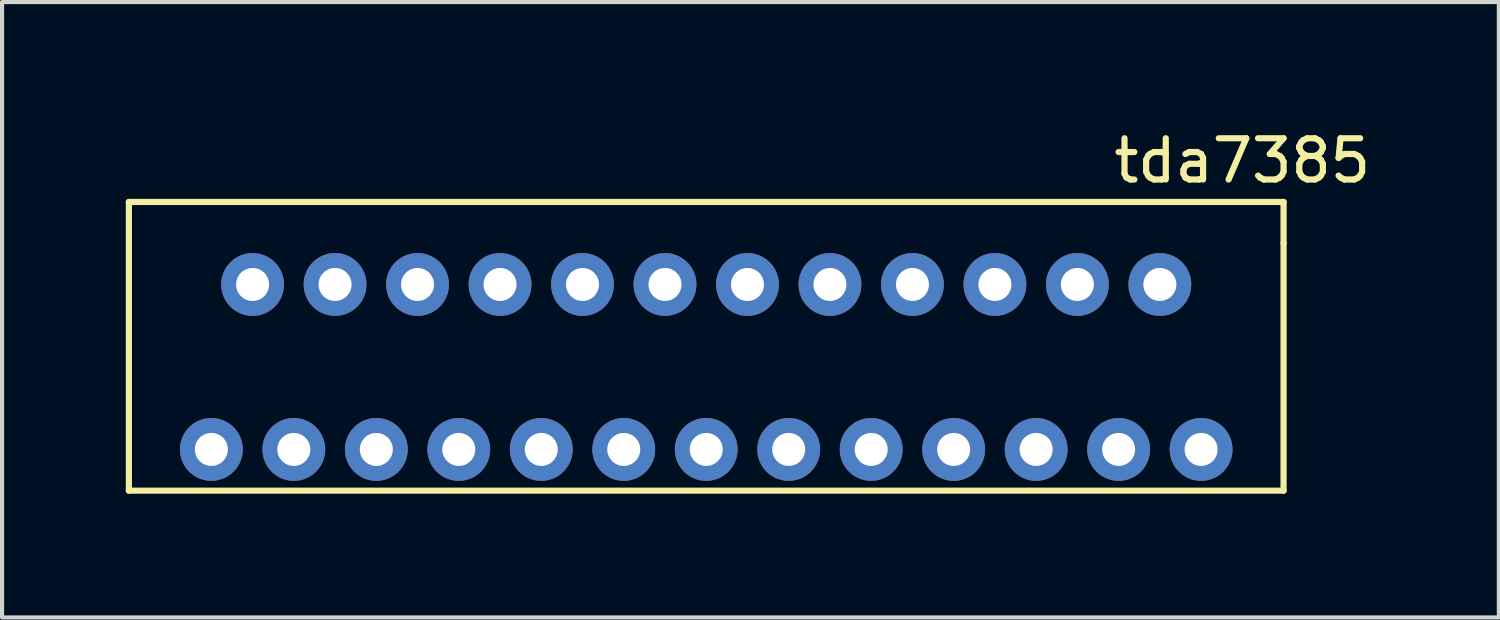
<source format=kicad_pcb>
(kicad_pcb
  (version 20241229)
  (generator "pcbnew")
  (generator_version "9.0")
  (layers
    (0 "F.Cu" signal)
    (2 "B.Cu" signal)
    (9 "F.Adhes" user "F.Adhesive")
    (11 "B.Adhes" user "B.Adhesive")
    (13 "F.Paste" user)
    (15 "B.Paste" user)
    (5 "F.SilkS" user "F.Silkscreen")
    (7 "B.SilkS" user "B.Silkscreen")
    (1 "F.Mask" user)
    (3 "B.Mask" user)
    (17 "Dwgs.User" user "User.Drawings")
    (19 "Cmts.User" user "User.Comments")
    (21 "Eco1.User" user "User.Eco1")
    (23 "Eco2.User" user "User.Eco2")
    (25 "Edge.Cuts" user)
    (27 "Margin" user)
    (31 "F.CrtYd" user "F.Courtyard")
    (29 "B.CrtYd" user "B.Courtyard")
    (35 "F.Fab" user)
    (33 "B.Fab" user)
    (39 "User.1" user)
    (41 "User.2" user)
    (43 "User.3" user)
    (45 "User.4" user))
  (footprint "tda7385"
    (layer "F.Cu")
    (at 2.075 7.848)
    (property "Reference" "tda7385" (at 25 -7 0) (layer "F.SilkS") (effects (font (size 1 1) (thickness 0.15))))
    (attr through_hole)
    (fp_line (start -2 -6) (end 26 -6) (stroke (width 0.15) (type solid)) (layer "F.SilkS"))
    (fp_line (start -2 1) (end -2 -6) (stroke (width 0.15) (type solid)) (layer "F.SilkS"))
    (fp_line (start 26 -6) (end 26 -5) (stroke (width 0.15) (type solid)) (layer "F.SilkS"))
    (fp_line (start 26 -5) (end 26 1) (stroke (width 0.15) (type solid)) (layer "F.SilkS"))
    (fp_line (start 26 1) (end -2 1) (stroke (width 0.15) (type solid)) (layer "F.SilkS"))
    (pad "1" thru_hole circle (at 0 0) (size 1.524 1.524) (drill 0.8) (layers "*.Cu" "*.Mask"))
    (pad "2" thru_hole circle (at 1 -4) (size 1.524 1.524) (drill 0.8) (layers "*.Cu" "*.Mask"))
    (pad "3" thru_hole circle (at 2 0) (size 1.524 1.524) (drill 0.8) (layers "*.Cu" "*.Mask"))
    (pad "4" thru_hole circle (at 3 -4) (size 1.524 1.524) (drill 0.8) (layers "*.Cu" "*.Mask"))
    (pad "5" thru_hole circle (at 4 0) (size 1.524 1.524) (drill 0.8) (layers "*.Cu" "*.Mask"))
    (pad "6" thru_hole circle (at 5 -4) (size 1.524 1.524) (drill 0.8) (layers "*.Cu" "*.Mask"))
    (pad "7" thru_hole circle (at 6 0) (size 1.524 1.524) (drill 0.8) (layers "*.Cu" "*.Mask"))
    (pad "8" thru_hole circle (at 7 -4) (size 1.524 1.524) (drill 0.8) (layers "*.Cu" "*.Mask"))
    (pad "9" thru_hole circle (at 8 0) (size 1.524 1.524) (drill 0.8) (layers "*.Cu" "*.Mask"))
    (pad "10" thru_hole circle (at 9 -4) (size 1.524 1.524) (drill 0.8) (layers "*.Cu" "*.Mask"))
    (pad "11" thru_hole circle (at 10 0) (size 1.524 1.524) (drill 0.8) (layers "*.Cu" "*.Mask"))
    (pad "12" thru_hole circle (at 11 -4) (size 1.524 1.524) (drill 0.8) (layers "*.Cu" "*.Mask"))
    (pad "13" thru_hole circle (at 12 0) (size 1.524 1.524) (drill 0.8) (layers "*.Cu" "*.Mask"))
    (pad "14" thru_hole circle (at 13 -4) (size 1.524 1.524) (drill 0.8) (layers "*.Cu" "*.Mask"))
    (pad "15" thru_hole circle (at 14 0 90) (size 1.524 1.524) (drill 0.8) (layers "*.Cu" "*.Mask"))
    (pad "16" thru_hole circle (at 15 -4) (size 1.524 1.524) (drill 0.8) (layers "*.Cu" "*.Mask"))
    (pad "17" thru_hole circle (at 16 0) (size 1.524 1.524) (drill 0.8) (layers "*.Cu" "*.Mask"))
    (pad "18" thru_hole circle (at 17 -4) (size 1.524 1.524) (drill 0.8) (layers "*.Cu" "*.Mask"))
    (pad "19" thru_hole circle (at 18 0) (size 1.524 1.524) (drill 0.8) (layers "*.Cu" "*.Mask"))
    (pad "20" thru_hole circle (at 19 -4) (size 1.524 1.524) (drill 0.8) (layers "*.Cu" "*.Mask"))
    (pad "21" thru_hole circle (at 20 0) (size 1.524 1.524) (drill 0.8) (layers "*.Cu" "*.Mask"))
    (pad "22" thru_hole circle (at 21 -4) (size 1.524 1.524) (drill 0.8) (layers "*.Cu" "*.Mask"))
    (pad "23" thru_hole circle (at 22 0) (size 1.524 1.524) (drill 0.8) (layers "*.Cu" "*.Mask"))
    (pad "24" thru_hole circle (at 23 -4) (size 1.524 1.524) (drill 0.8) (layers "*.Cu" "*.Mask"))
    (pad "25" thru_hole circle (at 24 0) (size 1.524 1.524) (drill 0.8) (layers "*.Cu" "*.Mask")))
  (gr_rect
    (start -3 -3)
    (end 33.295 11.923)
    (stroke (width 0.1) (type default))
    (fill no)
    (layer "Edge.Cuts")))
</source>
